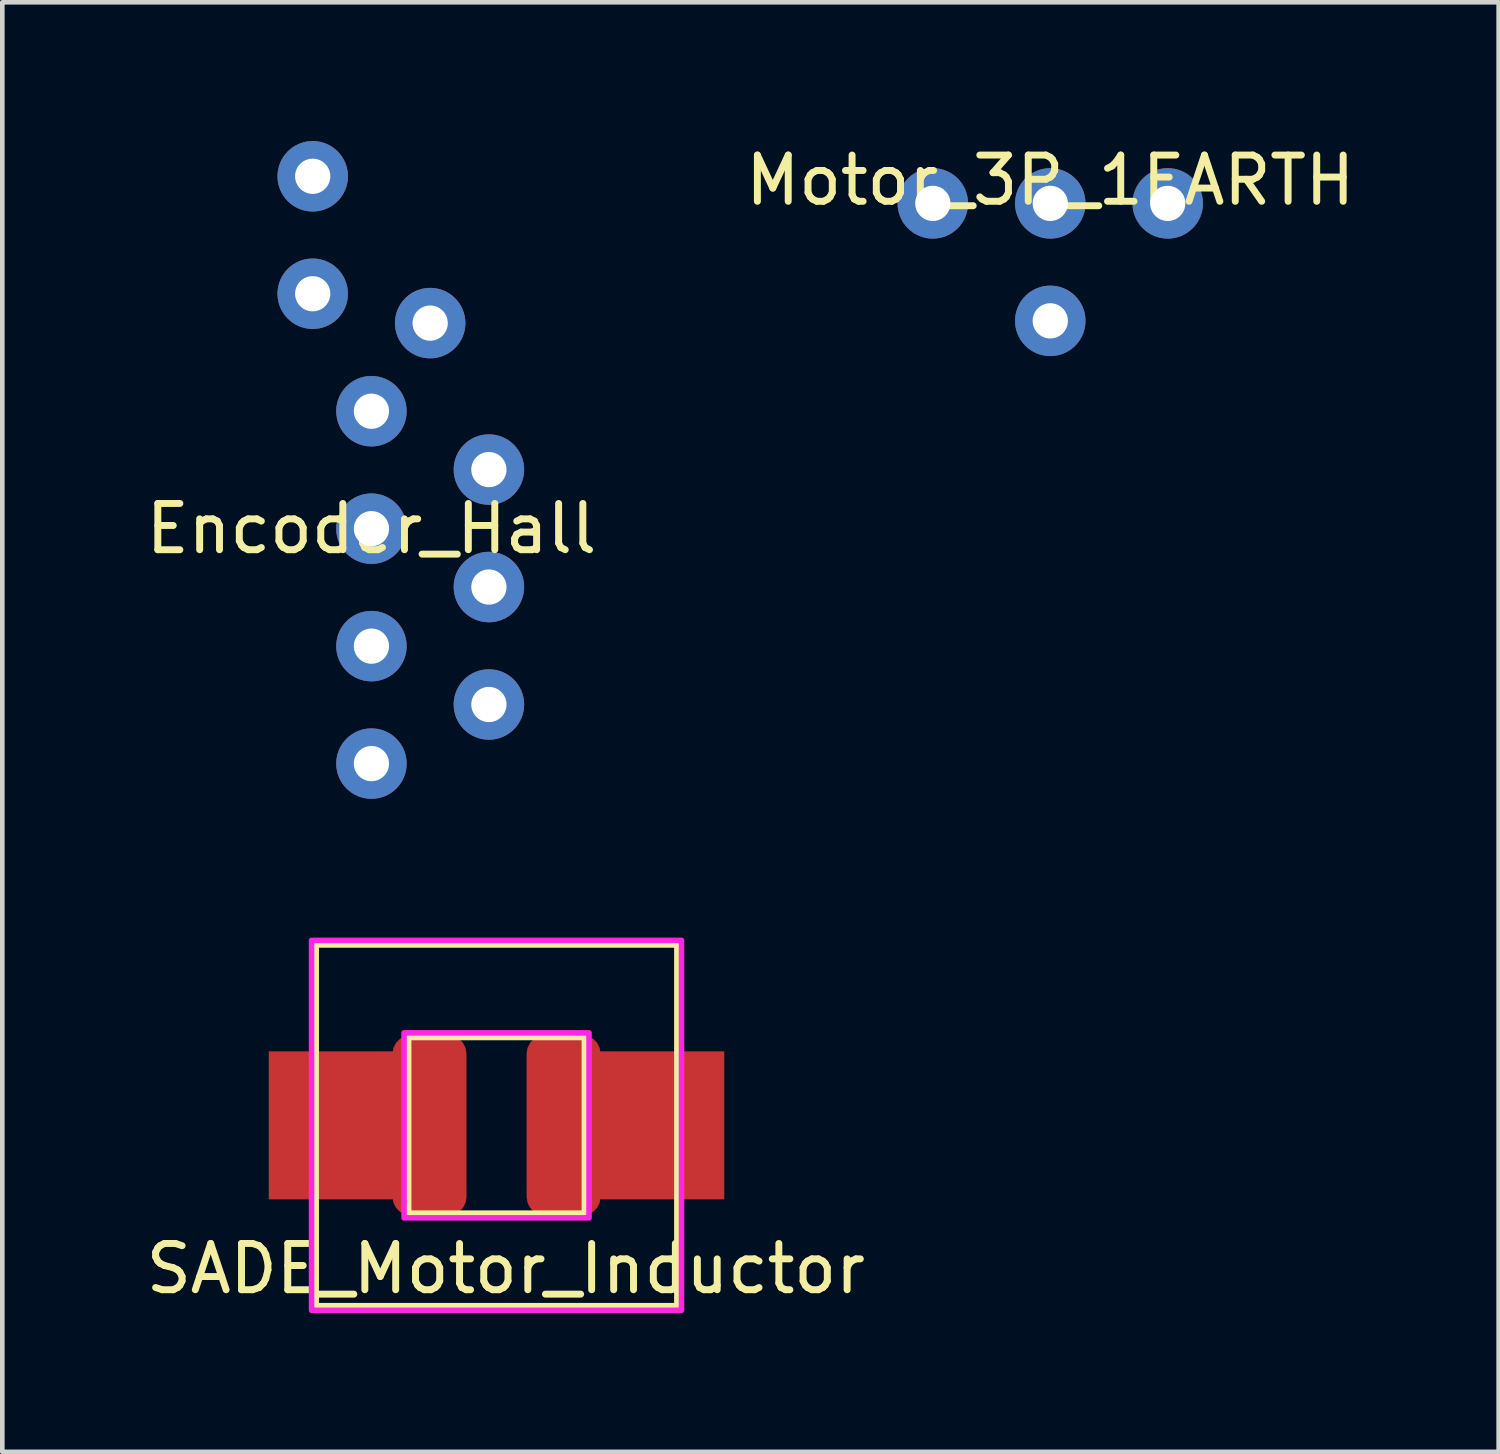
<source format=kicad_pcb>
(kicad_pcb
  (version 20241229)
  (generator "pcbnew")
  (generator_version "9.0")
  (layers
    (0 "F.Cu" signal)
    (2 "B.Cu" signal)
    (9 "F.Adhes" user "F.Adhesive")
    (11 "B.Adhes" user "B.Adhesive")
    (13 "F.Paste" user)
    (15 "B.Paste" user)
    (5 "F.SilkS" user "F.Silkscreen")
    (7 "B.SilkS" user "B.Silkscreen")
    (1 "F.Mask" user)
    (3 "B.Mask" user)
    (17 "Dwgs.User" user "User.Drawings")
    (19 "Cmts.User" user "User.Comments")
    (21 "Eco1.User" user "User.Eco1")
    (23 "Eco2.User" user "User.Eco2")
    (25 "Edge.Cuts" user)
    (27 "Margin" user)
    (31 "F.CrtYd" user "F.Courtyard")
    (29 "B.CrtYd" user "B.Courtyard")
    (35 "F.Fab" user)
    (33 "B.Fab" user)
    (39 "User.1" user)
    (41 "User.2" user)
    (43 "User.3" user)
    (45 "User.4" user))
  (footprint "Motor_3P_1EARTH"
    (layer "F.Cu")
    (at 19.661 1.348)
    (property "Reference" "Motor_3P_1EARTH" (at 0 -0.5 0) (unlocked yes) (layer "F.SilkS") (effects (font (size 1 1) (thickness 0.15))))
    (attr through_hole)
    (pad "1" thru_hole circle (at 0 2.54) (size 1.524 1.524) (drill 0.762) (layers "*.Cu" "*.Mask"))
    (pad "2" thru_hole circle (at 2.54 0) (size 1.524 1.524) (drill 0.762) (layers "*.Cu" "*.Mask"))
    (pad "3" thru_hole circle (at 0 0) (size 1.524 1.524) (drill 0.762) (layers "*.Cu" "*.Mask"))
    (pad "4" thru_hole circle (at -2.54 0) (size 1.524 1.524) (drill 0.762) (layers "*.Cu" "*.Mask")))
  (footprint "SADE_Motor_Inductor"
    (layer "F.Cu")
    (at 7.687 21.284)
    (property "Reference" "SADE_Motor_Inductor" (at 0.2 3.1 0) (unlocked yes) (layer "F.SilkS") (effects (font (size 1 1) (thickness 0.15))))
    (attr smd)
    (fp_rect (start -3.9 -3.9) (end 3.9 3.9) (stroke (width 0.12) (type solid)) (fill no) (layer "F.SilkS"))
    (fp_rect (start -1.9 -1.9) (end 1.9 1.9) (stroke (width 0.12) (type solid)) (fill no) (layer "F.SilkS"))
    (fp_rect (start -4 -4) (end 4 4) (stroke (width 0.12) (type solid)) (fill no) (layer "F.CrtYd"))
    (fp_rect (start -2 -2) (end 2 2) (stroke (width 0.12) (type solid)) (fill no) (layer "F.CrtYd"))
    (pad "1" smd rect (at -3.575 0 180) (size 2.7 3.2) (layers "F.Cu" "F.Mask" "F.Paste"))
    (pad "1" smd roundrect (at -1.45 0 180) (size 1.6 3.9) (layers "F.Cu" "F.Mask" "F.Paste") (roundrect_rratio 0.25))
    (pad "2" smd roundrect (at 1.45 0 180) (size 1.6 3.9) (layers "F.Cu" "F.Mask" "F.Paste") (roundrect_rratio 0.25))
    (pad "2" smd rect (at 3.575 0 180) (size 2.7 3.2) (layers "F.Cu" "F.Mask" "F.Paste")))
  (footprint "Encoder_Hall"
    (layer "F.Cu")
    (at 4.982 8.382)
    (property "Reference" "Encoder_Hall" (at 0 0 0) (unlocked yes) (layer "F.SilkS") (effects (font (size 1 1) (thickness 0.15))))
    (attr through_hole)
    (pad "1" thru_hole circle (at 0 5.08) (size 1.524 1.524) (drill 0.762) (layers "*.Cu" "*.Mask"))
    (pad "2" thru_hole circle (at 0 2.54) (size 1.524 1.524) (drill 0.762) (layers "*.Cu" "*.Mask"))
    (pad "3" thru_hole circle (at 2.54 3.802) (size 1.524 1.524) (drill 0.762) (layers "*.Cu" "*.Mask"))
    (pad "4" thru_hole circle (at 0 0) (size 1.524 1.524) (drill 0.762) (layers "*.Cu" "*.Mask"))
    (pad "5" thru_hole circle (at 2.54 1.262) (size 1.524 1.524) (drill 0.762) (layers "*.Cu" "*.Mask"))
    (pad "6" thru_hole circle (at 0 -2.54) (size 1.524 1.524) (drill 0.762) (layers "*.Cu" "*.Mask"))
    (pad "7" thru_hole circle (at 2.54 -1.278) (size 1.524 1.524) (drill 0.762) (layers "*.Cu" "*.Mask"))
    (pad "8" thru_hole circle (at -1.27 -5.08) (size 1.524 1.524) (drill 0.762) (layers "*.Cu" "*.Mask"))
    (pad "9" thru_hole circle (at -1.27 -7.62) (size 1.524 1.524) (drill 0.762) (layers "*.Cu" "*.Mask"))
    (pad "10" thru_hole circle (at 1.27 -4.445) (size 1.524 1.524) (drill 0.762) (layers "*.Cu" "*.Mask")))
  (gr_rect
    (start -3 -3)
    (end 29.357 28.344)
    (stroke (width 0.1) (type default))
    (fill no)
    (layer "Edge.Cuts")))
</source>
